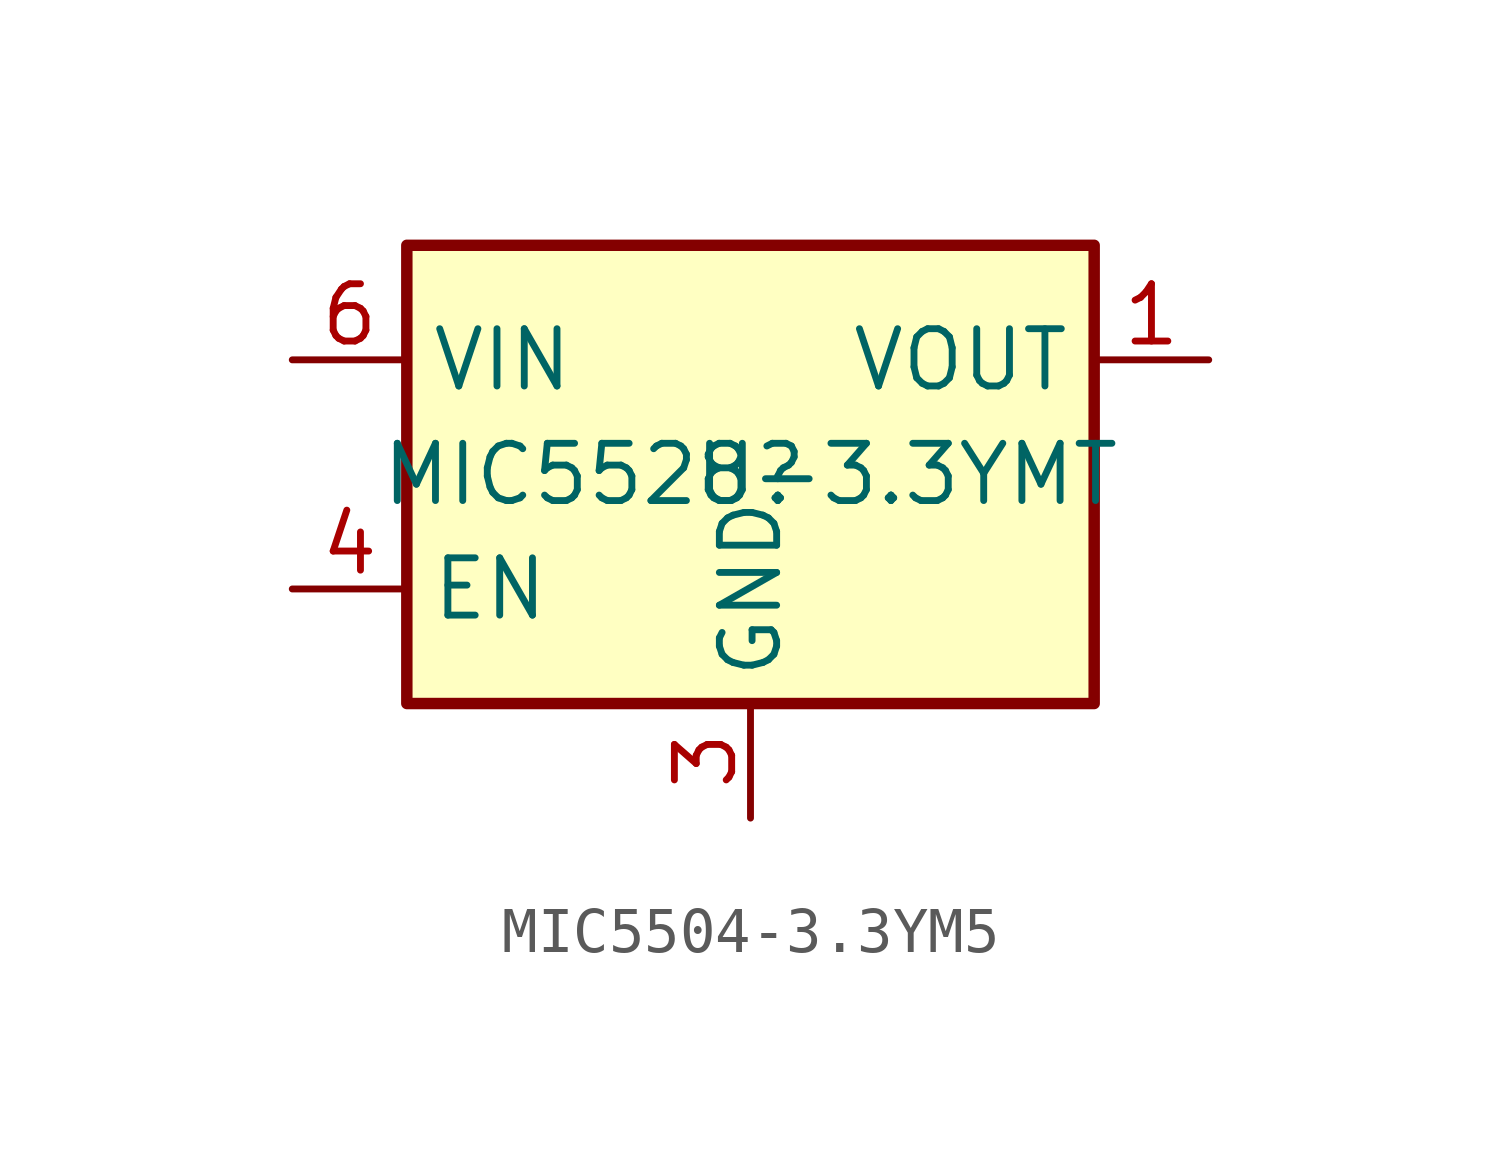
<source format=kicad_sym>
(kicad_symbol_lib
  (version 20220914)
  (generator kicad_symbol_editor)
  (symbol "MIC5504-3.3YM5"
    (property "Reference" "U"
      (at 0 0 0)
      (effects (font (size 1.27 1.27))))
    (property "Value" "MIC5528-3.3YMT"
      (at 0 0 0)
      (effects (font (size 1.27 1.27))))
    (symbol "MIC5504-3.3YM5_0_1"
      (rectangle (start -7.62 -5.08) (end 7.62 5.08) (stroke (width 0.254) (type default)) (fill (type background))))
    (symbol "MIC5504-3.3YM5_1_1"
      (pin power_out line (at 10.16 2.54 180) (length 2.54) (name "VOUT" (effects (font (size 1.27 1.27)))) (number "1" (effects (font (size 1.27 1.27)))))
      (pin passive line (at 10.16 2.54 180) (length 2.54) hide (name "VOUT" (effects (font (size 1.27 1.27)))) (number "2" (effects (font (size 1.27 1.27)))))
      (pin power_in line (at 0 -7.62 90) (length 2.54) (name "GND" (effects (font (size 1.27 1.27)))) (number "3" (effects (font (size 1.27 1.27)))))
      (pin input line (at -10.16 -2.54 0) (length 2.54) (name "EN" (effects (font (size 1.27 1.27)))) (number "4" (effects (font (size 1.27 1.27)))))
      (pin no_connect line (at 7.62 -2.54 180) (length 2.54) hide (name "NC" (effects (font (size 1.27 1.27)))) (number "5" (effects (font (size 1.27 1.27)))))
      (pin power_in line (at -10.16 2.54 0) (length 2.54) (name "VIN" (effects (font (size 1.27 1.27)))) (number "6" (effects (font (size 1.27 1.27)))))
      (pin passive line (at 0 -7.62 90) (length 2.54) hide (name "GND" (effects (font (size 1.27 1.27)))) (number "EP" (effects (font (size 1.27 1.27))))))))
</source>
